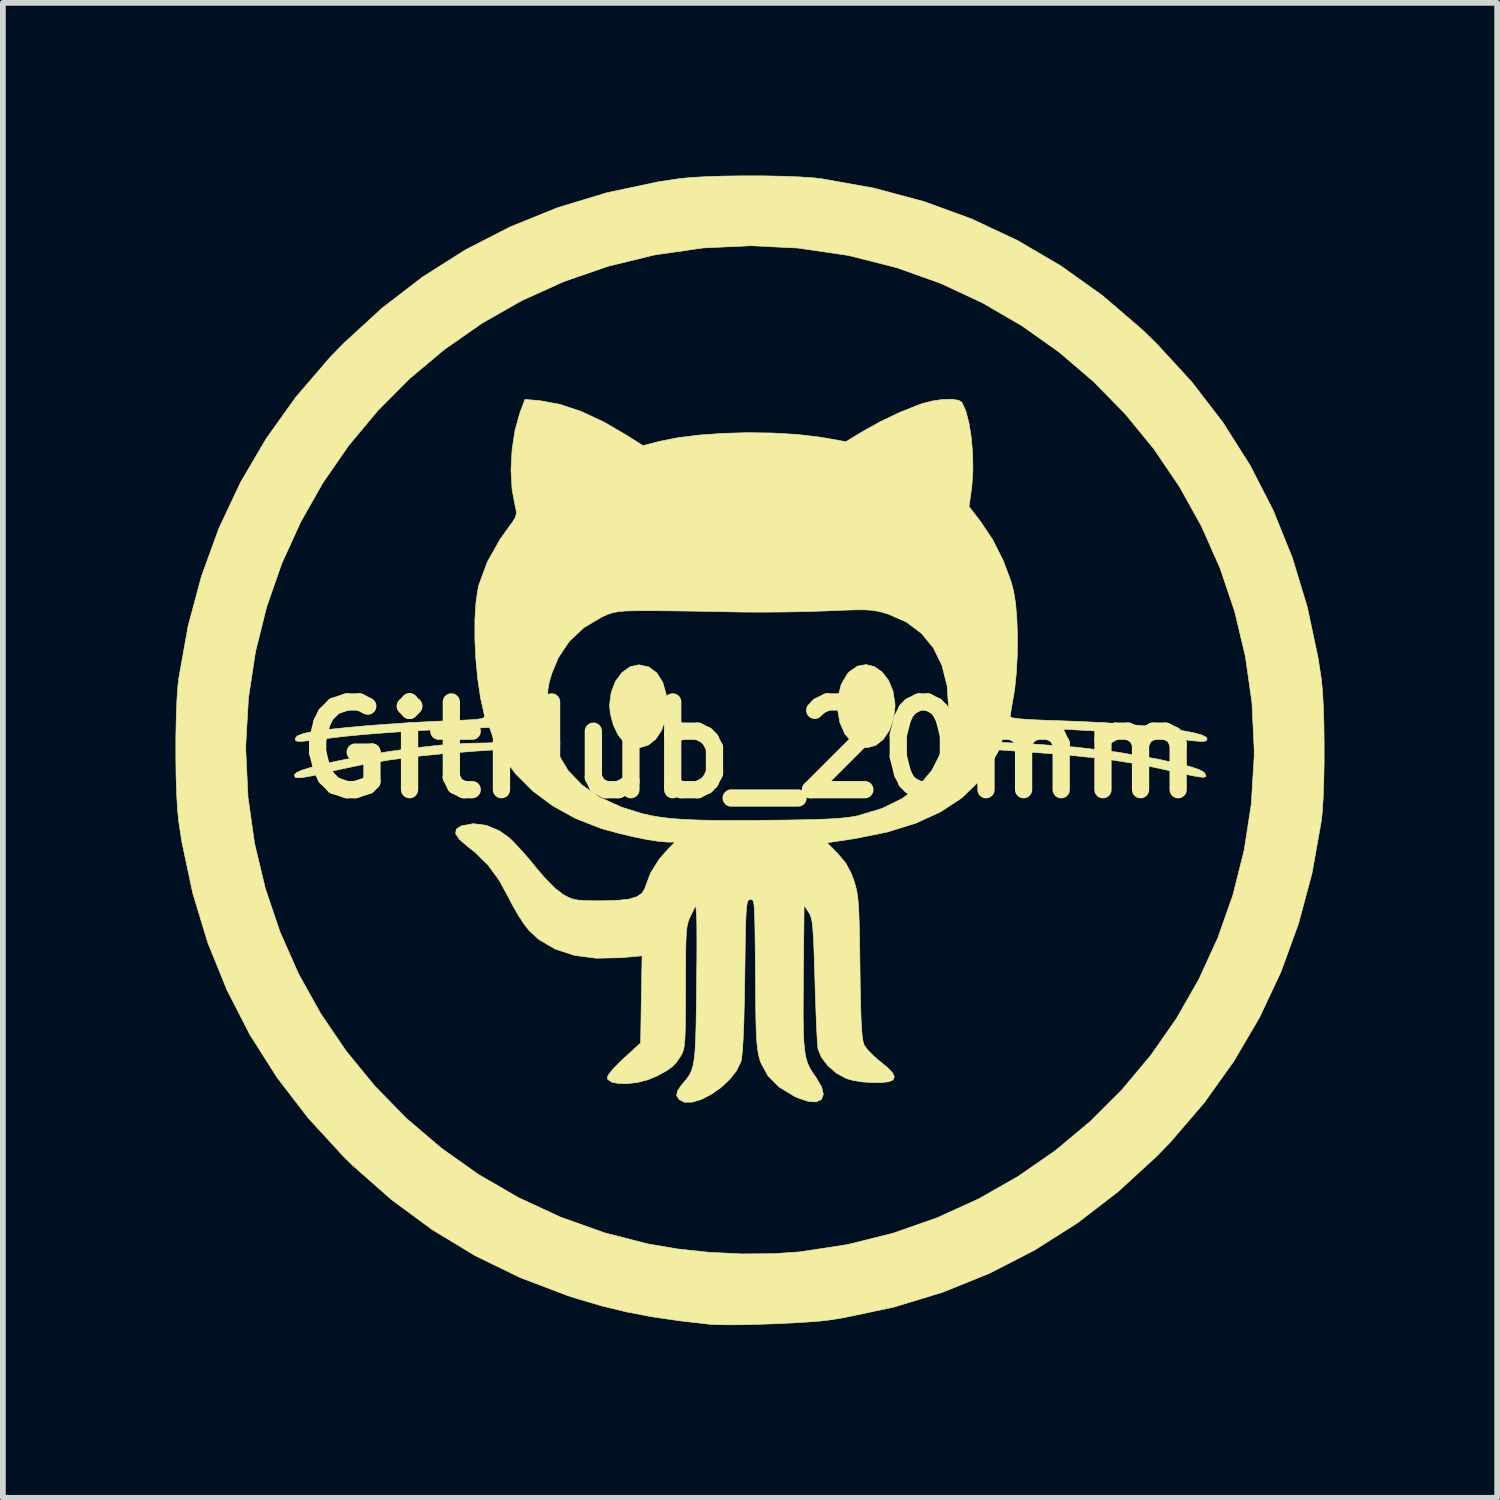
<source format=kicad_pcb>
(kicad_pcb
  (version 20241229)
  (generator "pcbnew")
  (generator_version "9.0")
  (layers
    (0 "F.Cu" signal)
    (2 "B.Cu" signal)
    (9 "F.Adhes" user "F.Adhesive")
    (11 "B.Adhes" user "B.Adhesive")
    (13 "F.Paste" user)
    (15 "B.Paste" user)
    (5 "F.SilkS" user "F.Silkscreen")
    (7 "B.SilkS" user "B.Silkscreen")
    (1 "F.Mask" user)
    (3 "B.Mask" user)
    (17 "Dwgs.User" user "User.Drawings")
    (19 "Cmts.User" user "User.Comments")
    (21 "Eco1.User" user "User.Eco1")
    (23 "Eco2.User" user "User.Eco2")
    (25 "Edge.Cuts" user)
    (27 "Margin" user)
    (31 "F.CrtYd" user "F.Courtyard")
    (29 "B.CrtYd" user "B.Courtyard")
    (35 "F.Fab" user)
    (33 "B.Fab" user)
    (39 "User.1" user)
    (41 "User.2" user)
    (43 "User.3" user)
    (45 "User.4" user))
  (footprint "GitHub_20mm"
    (layer "F.Cu")
    (at 9.98 9.98)
    (property "Reference" "GitHub_20mm" (at 0 0 0) (layer "F.SilkS") (effects (font (size 1.524 1.524) (thickness 0.3))))
    (attr through_hole)
    (fp_poly (pts (xy -1.759 -1.443) (xy -1.619 -1.339) (xy -1.516 -1.176) (xy -1.455 -0.963) (xy -1.441 -0.771) (xy -1.466 -0.539) (xy -1.535 -0.342) (xy -1.637 -0.189) (xy -1.765 -0.086) (xy -1.909 -0.042) (xy -2.061 -0.063) (xy -2.196 -0.143) (xy -2.293 -0.264) (xy -2.374 -0.435) (xy -2.426 -0.628) (xy -2.44 -0.777) (xy -2.412 -0.999) (xy -2.337 -1.193) (xy -2.223 -1.347) (xy -2.081 -1.447) (xy -1.93 -1.48) (xy -1.759 -1.443)) (stroke (width 0.01) (type solid)) (fill yes) (layer "F.SilkS"))
    (fp_poly (pts (xy 2.162 -1.448) (xy 2.295 -1.355) (xy 2.405 -1.213) (xy 2.483 -1.029) (xy 2.518 -0.81) (xy 2.52 -0.76) (xy 2.494 -0.54) (xy 2.424 -0.344) (xy 2.317 -0.186) (xy 2.185 -0.081) (xy 2.036 -0.04) (xy 2.029 -0.04) (xy 1.881 -0.071) (xy 1.78 -0.127) (xy 1.649 -0.278) (xy 1.562 -0.475) (xy 1.523 -0.699) (xy 1.53 -0.928) (xy 1.586 -1.142) (xy 1.692 -1.322) (xy 1.724 -1.358) (xy 1.867 -1.457) (xy 2.017 -1.484) (xy 2.162 -1.448)) (stroke (width 0.01) (type solid)) (fill yes) (layer "F.SilkS"))
    (fp_poly (pts (xy 0.228 -9.975) (xy 0.558 -9.968) (xy 0.858 -9.957) (xy 1.109 -9.94) (xy 1.24 -9.925) (xy 2.148 -9.763) (xy 3.019 -9.53) (xy 3.853 -9.226) (xy 4.65 -8.851) (xy 5.408 -8.406) (xy 6.128 -7.892) (xy 6.809 -7.307) (xy 7.062 -7.062) (xy 7.674 -6.396) (xy 8.216 -5.691) (xy 8.688 -4.947) (xy 9.089 -4.165) (xy 9.421 -3.346) (xy 9.681 -2.489) (xy 9.871 -1.595) (xy 9.925 -1.24) (xy 9.946 -1.032) (xy 9.961 -0.764) (xy 9.971 -0.452) (xy 9.975 -0.115) (xy 9.975 0.228) (xy 9.968 0.558) (xy 9.957 0.858) (xy 9.94 1.109) (xy 9.925 1.24) (xy 9.763 2.148) (xy 9.529 3.019) (xy 9.226 3.853) (xy 8.851 4.65) (xy 8.406 5.408) (xy 7.892 6.128) (xy 7.307 6.809) (xy 7.062 7.062) (xy 6.395 7.674) (xy 5.689 8.217) (xy 4.945 8.689) (xy 4.164 9.091) (xy 3.346 9.422) (xy 2.493 9.681) (xy 1.605 9.868) (xy 1.38 9.903) (xy 1.214 9.922) (xy 0.991 9.939) (xy 0.728 9.955) (xy 0.443 9.968) (xy 0.153 9.978) (xy -0.125 9.985) (xy -0.373 9.987) (xy -0.574 9.984) (xy -0.7 9.977) (xy -1.234 9.916) (xy -1.71 9.846) (xy -2.149 9.762) (xy -2.573 9.659) (xy -3.004 9.532) (xy -3.167 9.48) (xy -3.989 9.168) (xy -4.773 8.787) (xy -5.518 8.336) (xy -6.228 7.813) (xy -6.901 7.22) (xy -7.062 7.062) (xy -7.674 6.396) (xy -8.216 5.691) (xy -8.688 4.947) (xy -9.089 4.165) (xy -9.421 3.346) (xy -9.681 2.489) (xy -9.871 1.595) (xy -9.925 1.24) (xy -9.946 1.032) (xy -9.961 0.764) (xy -9.971 0.452) (xy -9.975 0.115) (xy -9.975 0) (xy -8.76 0) (xy -8.721 0.822) (xy -8.607 1.626) (xy -8.42 2.407) (xy -8.165 3.162) (xy -7.844 3.887) (xy -7.46 4.577) (xy -7.017 5.229) (xy -6.518 5.839) (xy -5.966 6.403) (xy -5.364 6.916) (xy -4.716 7.375) (xy -4.024 7.776) (xy -3.293 8.115) (xy -2.524 8.389) (xy -1.774 8.581) (xy -1.263 8.668) (xy -0.709 8.727) (xy -0.143 8.755) (xy 0.408 8.751) (xy 0.872 8.719) (xy 1.693 8.593) (xy 2.485 8.395) (xy 3.246 8.129) (xy 3.972 7.799) (xy 4.66 7.407) (xy 5.306 6.959) (xy 5.908 6.456) (xy 6.461 5.904) (xy 6.963 5.305) (xy 7.41 4.664) (xy 7.799 3.983) (xy 8.127 3.267) (xy 8.39 2.52) (xy 8.585 1.744) (xy 8.709 0.943) (xy 8.759 0.122) (xy 8.76 0) (xy 8.721 -0.822) (xy 8.607 -1.625) (xy 8.421 -2.406) (xy 8.166 -3.161) (xy 7.845 -3.885) (xy 7.462 -4.574) (xy 7.02 -5.226) (xy 6.522 -5.835) (xy 5.971 -6.398) (xy 5.372 -6.911) (xy 4.726 -7.369) (xy 4.038 -7.769) (xy 3.311 -8.108) (xy 2.547 -8.38) (xy 1.75 -8.582) (xy 1.665 -8.599) (xy 0.837 -8.72) (xy 0.011 -8.761) (xy -0.815 -8.722) (xy -1.643 -8.603) (xy -1.665 -8.599) (xy -2.465 -8.404) (xy -3.232 -8.139) (xy -3.964 -7.808) (xy -4.656 -7.414) (xy -5.306 -6.961) (xy -5.911 -6.454) (xy -6.466 -5.896) (xy -6.97 -5.292) (xy -7.418 -4.645) (xy -7.807 -3.959) (xy -8.135 -3.238) (xy -8.397 -2.487) (xy -8.591 -1.708) (xy -8.713 -0.907) (xy -8.76 -0.087) (xy -8.76 0) (xy -9.975 0) (xy -9.975 -0.228) (xy -9.968 -0.558) (xy -9.957 -0.858) (xy -9.94 -1.109) (xy -9.925 -1.24) (xy -9.763 -2.148) (xy -9.53 -3.019) (xy -9.226 -3.853) (xy -8.851 -4.65) (xy -8.406 -5.408) (xy -7.892 -6.128) (xy -7.307 -6.809) (xy -7.062 -7.062) (xy -6.396 -7.674) (xy -5.691 -8.216) (xy -4.947 -8.688) (xy -4.165 -9.089) (xy -3.346 -9.421) (xy -2.489 -9.681) (xy -1.595 -9.871) (xy -1.24 -9.925) (xy -1.032 -9.946) (xy -0.764 -9.961) (xy -0.452 -9.971) (xy -0.115 -9.975) (xy 0.228 -9.975)) (stroke (width 0.01) (type solid)) (fill yes) (layer "F.SilkS"))
    (fp_poly (pts (xy 3.627 -6.075) (xy 3.682 -6.04) (xy 3.75 -5.889) (xy 3.805 -5.678) (xy 3.845 -5.425) (xy 3.868 -5.148) (xy 3.873 -4.866) (xy 3.856 -4.598) (xy 3.847 -4.525) (xy 3.805 -4.23) (xy 4.009 -3.965) (xy 4.218 -3.651) (xy 4.398 -3.294) (xy 4.535 -2.93) (xy 4.58 -2.76) (xy 4.615 -2.545) (xy 4.637 -2.274) (xy 4.647 -1.969) (xy 4.644 -1.651) (xy 4.628 -1.344) (xy 4.6 -1.069) (xy 4.583 -0.96) (xy 4.555 -0.801) (xy 4.533 -0.67) (xy 4.522 -0.589) (xy 4.521 -0.576) (xy 4.557 -0.559) (xy 4.668 -0.543) (xy 4.854 -0.529) (xy 5.118 -0.517) (xy 5.39 -0.508) (xy 5.804 -0.492) (xy 6.203 -0.471) (xy 6.579 -0.444) (xy 6.924 -0.412) (xy 7.231 -0.378) (xy 7.493 -0.34) (xy 7.701 -0.301) (xy 7.849 -0.261) (xy 7.928 -0.221) (xy 7.94 -0.2) (xy 7.937 -0.175) (xy 7.92 -0.158) (xy 7.881 -0.149) (xy 7.809 -0.15) (xy 7.693 -0.16) (xy 7.525 -0.18) (xy 7.295 -0.21) (xy 7.1 -0.236) (xy 6.909 -0.259) (xy 6.672 -0.281) (xy 6.402 -0.303) (xy 6.111 -0.323) (xy 5.812 -0.341) (xy 5.516 -0.357) (xy 5.236 -0.369) (xy 4.985 -0.378) (xy 4.775 -0.382) (xy 4.617 -0.38) (xy 4.526 -0.373) (xy 4.519 -0.371) (xy 4.453 -0.322) (xy 4.407 -0.242) (xy 4.368 -0.132) (xy 4.902 -0.105) (xy 5.666 -0.049) (xy 6.401 0.04) (xy 7.089 0.159) (xy 7.48 0.246) (xy 7.681 0.299) (xy 7.814 0.345) (xy 7.889 0.389) (xy 7.919 0.435) (xy 7.92 0.45) (xy 7.912 0.467) (xy 7.881 0.474) (xy 7.816 0.469) (xy 7.708 0.451) (xy 7.547 0.417) (xy 7.321 0.367) (xy 7.22 0.344) (xy 6.927 0.281) (xy 6.635 0.227) (xy 6.329 0.18) (xy 5.998 0.138) (xy 5.627 0.099) (xy 5.204 0.062) (xy 4.715 0.026) (xy 4.654 0.021) (xy 4.328 -0.001) (xy 4.198 0.229) (xy 3.971 0.553) (xy 3.676 0.835) (xy 3.313 1.074) (xy 2.883 1.271) (xy 2.386 1.426) (xy 1.82 1.54) (xy 1.792 1.544) (xy 1.34 1.612) (xy 1.528 1.803) (xy 1.663 1.964) (xy 1.757 2.139) (xy 1.805 2.267) (xy 1.83 2.349) (xy 1.851 2.43) (xy 1.867 2.521) (xy 1.879 2.631) (xy 1.889 2.771) (xy 1.896 2.952) (xy 1.902 3.183) (xy 1.907 3.475) (xy 1.911 3.779) (xy 1.916 4.148) (xy 1.923 4.445) (xy 1.93 4.677) (xy 1.94 4.854) (xy 1.951 4.981) (xy 1.965 5.068) (xy 1.982 5.123) (xy 1.984 5.129) (xy 2.046 5.212) (xy 2.149 5.317) (xy 2.251 5.404) (xy 2.396 5.524) (xy 2.479 5.612) (xy 2.508 5.676) (xy 2.488 5.727) (xy 2.482 5.734) (xy 2.409 5.764) (xy 2.28 5.778) (xy 2.118 5.779) (xy 1.945 5.766) (xy 1.783 5.739) (xy 1.673 5.708) (xy 1.505 5.616) (xy 1.353 5.485) (xy 1.239 5.336) (xy 1.181 5.192) (xy 1.174 5.117) (xy 1.165 4.975) (xy 1.155 4.776) (xy 1.146 4.535) (xy 1.136 4.261) (xy 1.128 3.997) (xy 1.118 3.674) (xy 1.11 3.421) (xy 1.1 3.228) (xy 1.09 3.085) (xy 1.078 2.982) (xy 1.062 2.91) (xy 1.043 2.858) (xy 1.019 2.817) (xy 1.019 2.817) (xy 0.94 2.7) (xy 0.928 3.94) (xy 0.925 4.319) (xy 0.924 4.627) (xy 0.928 4.874) (xy 0.936 5.07) (xy 0.951 5.224) (xy 0.972 5.347) (xy 1.003 5.446) (xy 1.043 5.532) (xy 1.094 5.615) (xy 1.147 5.689) (xy 1.245 5.855) (xy 1.274 5.984) (xy 1.241 6.072) (xy 1.151 6.114) (xy 1.009 6.105) (xy 0.821 6.041) (xy 0.773 6.018) (xy 0.507 5.856) (xy 0.313 5.662) (xy 0.189 5.434) (xy 0.177 5.4) (xy 0.151 5.307) (xy 0.132 5.198) (xy 0.118 5.06) (xy 0.108 4.881) (xy 0.102 4.648) (xy 0.098 4.36) (xy 0.095 3.939) (xy 0.092 3.591) (xy 0.089 3.308) (xy 0.086 3.086) (xy 0.082 2.915) (xy 0.077 2.79) (xy 0.071 2.703) (xy 0.063 2.647) (xy 0.053 2.616) (xy 0.04 2.602) (xy 0.024 2.599) (xy 0.005 2.6) (xy 0.004 2.6) (xy -0.017 2.603) (xy -0.034 2.618) (xy -0.047 2.652) (xy -0.058 2.714) (xy -0.066 2.811) (xy -0.073 2.951) (xy -0.078 3.143) (xy -0.083 3.395) (xy -0.087 3.714) (xy -0.09 3.93) (xy -0.098 4.376) (xy -0.107 4.743) (xy -0.119 5.032) (xy -0.133 5.243) (xy -0.148 5.376) (xy -0.157 5.414) (xy -0.234 5.572) (xy -0.354 5.725) (xy -0.504 5.864) (xy -0.671 5.982) (xy -0.841 6.069) (xy -1.001 6.118) (xy -1.138 6.12) (xy -1.232 6.072) (xy -1.274 6.004) (xy -1.261 5.925) (xy -1.189 5.82) (xy -1.161 5.788) (xy -1.102 5.718) (xy -1.055 5.651) (xy -1.018 5.577) (xy -0.99 5.487) (xy -0.969 5.371) (xy -0.954 5.219) (xy -0.944 5.021) (xy -0.937 4.769) (xy -0.932 4.451) (xy -0.929 4.24) (xy -0.926 3.931) (xy -0.923 3.64) (xy -0.922 3.378) (xy -0.923 3.158) (xy -0.924 2.992) (xy -0.927 2.891) (xy -0.928 2.88) (xy -0.942 2.7) (xy -1.03 2.88) (xy -1.057 2.938) (xy -1.077 2.997) (xy -1.093 3.068) (xy -1.104 3.161) (xy -1.111 3.287) (xy -1.116 3.457) (xy -1.118 3.681) (xy -1.119 3.969) (xy -1.119 4.12) (xy -1.12 4.44) (xy -1.121 4.69) (xy -1.125 4.881) (xy -1.131 5.022) (xy -1.14 5.125) (xy -1.152 5.198) (xy -1.17 5.253) (xy -1.193 5.299) (xy -1.205 5.319) (xy -1.275 5.423) (xy -1.35 5.502) (xy -1.452 5.574) (xy -1.603 5.658) (xy -1.613 5.663) (xy -1.772 5.729) (xy -1.947 5.774) (xy -2.121 5.796) (xy -2.276 5.795) (xy -2.398 5.772) (xy -2.469 5.725) (xy -2.48 5.688) (xy -2.453 5.633) (xy -2.377 5.541) (xy -2.267 5.427) (xy -2.19 5.355) (xy -1.9 5.09) (xy -1.888 4.333) (xy -1.875 3.576) (xy -2.248 3.609) (xy -2.67 3.618) (xy -3.05 3.568) (xy -3.384 3.459) (xy -3.667 3.293) (xy -3.837 3.139) (xy -3.928 3.021) (xy -4.034 2.857) (xy -4.138 2.674) (xy -4.184 2.582) (xy -4.359 2.261) (xy -4.55 2.001) (xy -4.776 1.779) (xy -4.907 1.675) (xy -5.048 1.553) (xy -5.114 1.454) (xy -5.103 1.376) (xy -5.017 1.319) (xy -4.807 1.28) (xy -4.58 1.309) (xy -4.356 1.403) (xy -4.18 1.528) (xy -4.082 1.625) (xy -3.953 1.764) (xy -3.814 1.925) (xy -3.719 2.042) (xy -3.544 2.246) (xy -3.384 2.406) (xy -3.25 2.508) (xy -3.246 2.511) (xy -3.161 2.557) (xy -3.084 2.588) (xy -2.994 2.607) (xy -2.873 2.617) (xy -2.702 2.62) (xy -2.58 2.62) (xy -2.31 2.613) (xy -2.109 2.592) (xy -1.968 2.551) (xy -1.876 2.489) (xy -1.824 2.402) (xy -1.815 2.369) (xy -1.726 2.135) (xy -1.58 1.902) (xy -1.467 1.77) (xy -1.303 1.6) (xy -1.427 1.6) (xy -1.581 1.588) (xy -1.791 1.556) (xy -2.034 1.506) (xy -2.291 1.445) (xy -2.54 1.376) (xy -2.606 1.356) (xy -3.029 1.19) (xy -3.422 0.973) (xy -3.772 0.714) (xy -4.065 0.422) (xy -4.222 0.215) (xy -4.369 -0.007) (xy -4.754 0.019) (xy -5.318 0.063) (xy -5.821 0.114) (xy -6.282 0.176) (xy -6.721 0.252) (xy -7.158 0.344) (xy -7.38 0.397) (xy -7.623 0.452) (xy -7.791 0.481) (xy -7.883 0.482) (xy -7.9 0.475) (xy -7.916 0.435) (xy -7.881 0.395) (xy -7.788 0.352) (xy -7.632 0.303) (xy -7.407 0.246) (xy -7.231 0.205) (xy -6.764 0.11) (xy -6.284 0.028) (xy -5.809 -0.038) (xy -5.359 -0.087) (xy -4.954 -0.114) (xy -4.71 -0.12) (xy -4.575 -0.122) (xy -4.478 -0.127) (xy -4.44 -0.134) (xy -4.44 -0.134) (xy -4.452 -0.178) (xy -4.48 -0.264) (xy -4.482 -0.269) (xy -4.524 -0.39) (xy -4.972 -0.374) (xy -5.413 -0.355) (xy -5.858 -0.331) (xy -6.288 -0.302) (xy -6.686 -0.271) (xy -7.034 -0.238) (xy -7.24 -0.214) (xy -7.482 -0.183) (xy -7.657 -0.163) (xy -7.774 -0.151) (xy -7.846 -0.15) (xy -7.884 -0.157) (xy -7.898 -0.173) (xy -7.9 -0.198) (xy -7.9 -0.2) (xy -7.866 -0.245) (xy -7.761 -0.285) (xy -7.66 -0.308) (xy -7.496 -0.334) (xy -7.266 -0.363) (xy -6.983 -0.392) (xy -6.663 -0.421) (xy -6.318 -0.447) (xy -5.964 -0.471) (xy -5.613 -0.491) (xy -5.307 -0.505) (xy -5.053 -0.515) (xy -4.868 -0.524) (xy -4.742 -0.534) (xy -4.664 -0.545) (xy -4.624 -0.561) (xy -4.612 -0.582) (xy -4.615 -0.611) (xy -4.617 -0.616) (xy -4.681 -0.904) (xy -3.517 -0.904) (xy -3.511 -0.709) (xy -3.51 -0.685) (xy -3.457 -0.292) (xy -3.342 0.053) (xy -3.163 0.353) (xy -2.919 0.609) (xy -2.609 0.822) (xy -2.23 0.994) (xy -1.873 1.105) (xy -1.719 1.14) (xy -1.555 1.168) (xy -1.37 1.19) (xy -1.155 1.206) (xy -0.901 1.217) (xy -0.597 1.223) (xy -0.234 1.224) (xy 0.197 1.222) (xy 0.28 1.221) (xy 0.667 1.217) (xy 0.983 1.211) (xy 1.238 1.204) (xy 1.442 1.194) (xy 1.605 1.182) (xy 1.735 1.167) (xy 1.843 1.148) (xy 1.875 1.142) (xy 2.293 1.016) (xy 2.646 0.843) (xy 2.936 0.622) (xy 3.16 0.354) (xy 3.321 0.038) (xy 3.418 -0.326) (xy 3.452 -0.72) (xy 3.424 -1.117) (xy 3.335 -1.469) (xy 3.187 -1.773) (xy 2.98 -2.025) (xy 2.718 -2.222) (xy 2.403 -2.361) (xy 2.385 -2.366) (xy 2.287 -2.395) (xy 2.198 -2.415) (xy 2.103 -2.429) (xy 1.988 -2.435) (xy 1.84 -2.435) (xy 1.644 -2.429) (xy 1.386 -2.419) (xy 1.305 -2.415) (xy 0.99 -2.405) (xy 0.627 -2.398) (xy 0.249 -2.395) (xy -0.11 -2.396) (xy -0.34 -2.4) (xy -0.641 -2.406) (xy -0.96 -2.412) (xy -1.274 -2.416) (xy -1.555 -2.419) (xy -1.76 -2.42) (xy -1.991 -2.419) (xy -2.159 -2.415) (xy -2.282 -2.405) (xy -2.378 -2.387) (xy -2.464 -2.359) (xy -2.558 -2.318) (xy -2.572 -2.311) (xy -2.885 -2.126) (xy -3.136 -1.892) (xy -3.328 -1.605) (xy -3.443 -1.33) (xy -3.486 -1.185) (xy -3.51 -1.053) (xy -3.517 -0.904) (xy -4.681 -0.904) (xy -4.681 -0.905) (xy -4.73 -1.234) (xy -4.763 -1.584) (xy -4.78 -1.935) (xy -4.779 -2.271) (xy -4.76 -2.571) (xy -4.723 -2.817) (xy -4.71 -2.869) (xy -4.564 -3.265) (xy -4.343 -3.658) (xy -4.222 -3.829) (xy -4.128 -3.956) (xy -4.076 -4.043) (xy -4.058 -4.109) (xy -4.065 -4.177) (xy -4.078 -4.229) (xy -4.133 -4.523) (xy -4.152 -4.861) (xy -4.134 -5.214) (xy -4.082 -5.555) (xy -3.998 -5.857) (xy -3.995 -5.864) (xy -3.91 -6.091) (xy -3.645 -6.068) (xy -3.305 -6.006) (xy -2.93 -5.881) (xy -2.531 -5.694) (xy -2.14 -5.466) (xy -1.86 -5.288) (xy -1.563 -5.364) (xy -1.251 -5.426) (xy -0.88 -5.472) (xy -0.47 -5.501) (xy -0.038 -5.513) (xy 0.394 -5.507) (xy 0.808 -5.483) (xy 1.185 -5.44) (xy 1.303 -5.421) (xy 1.666 -5.356) (xy 1.943 -5.525) (xy 2.256 -5.7) (xy 2.592 -5.861) (xy 2.914 -5.991) (xy 2.995 -6.019) (xy 3.174 -6.065) (xy 3.351 -6.09) (xy 3.509 -6.094) (xy 3.627 -6.075)) (stroke (width 0.01) (type solid)) (fill yes) (layer "F.SilkS")))
  (gr_rect
    (start -3 -3)
    (end 22.961 22.972)
    (stroke (width 0.1) (type default))
    (fill no)
    (layer "Edge.Cuts")))
</source>
